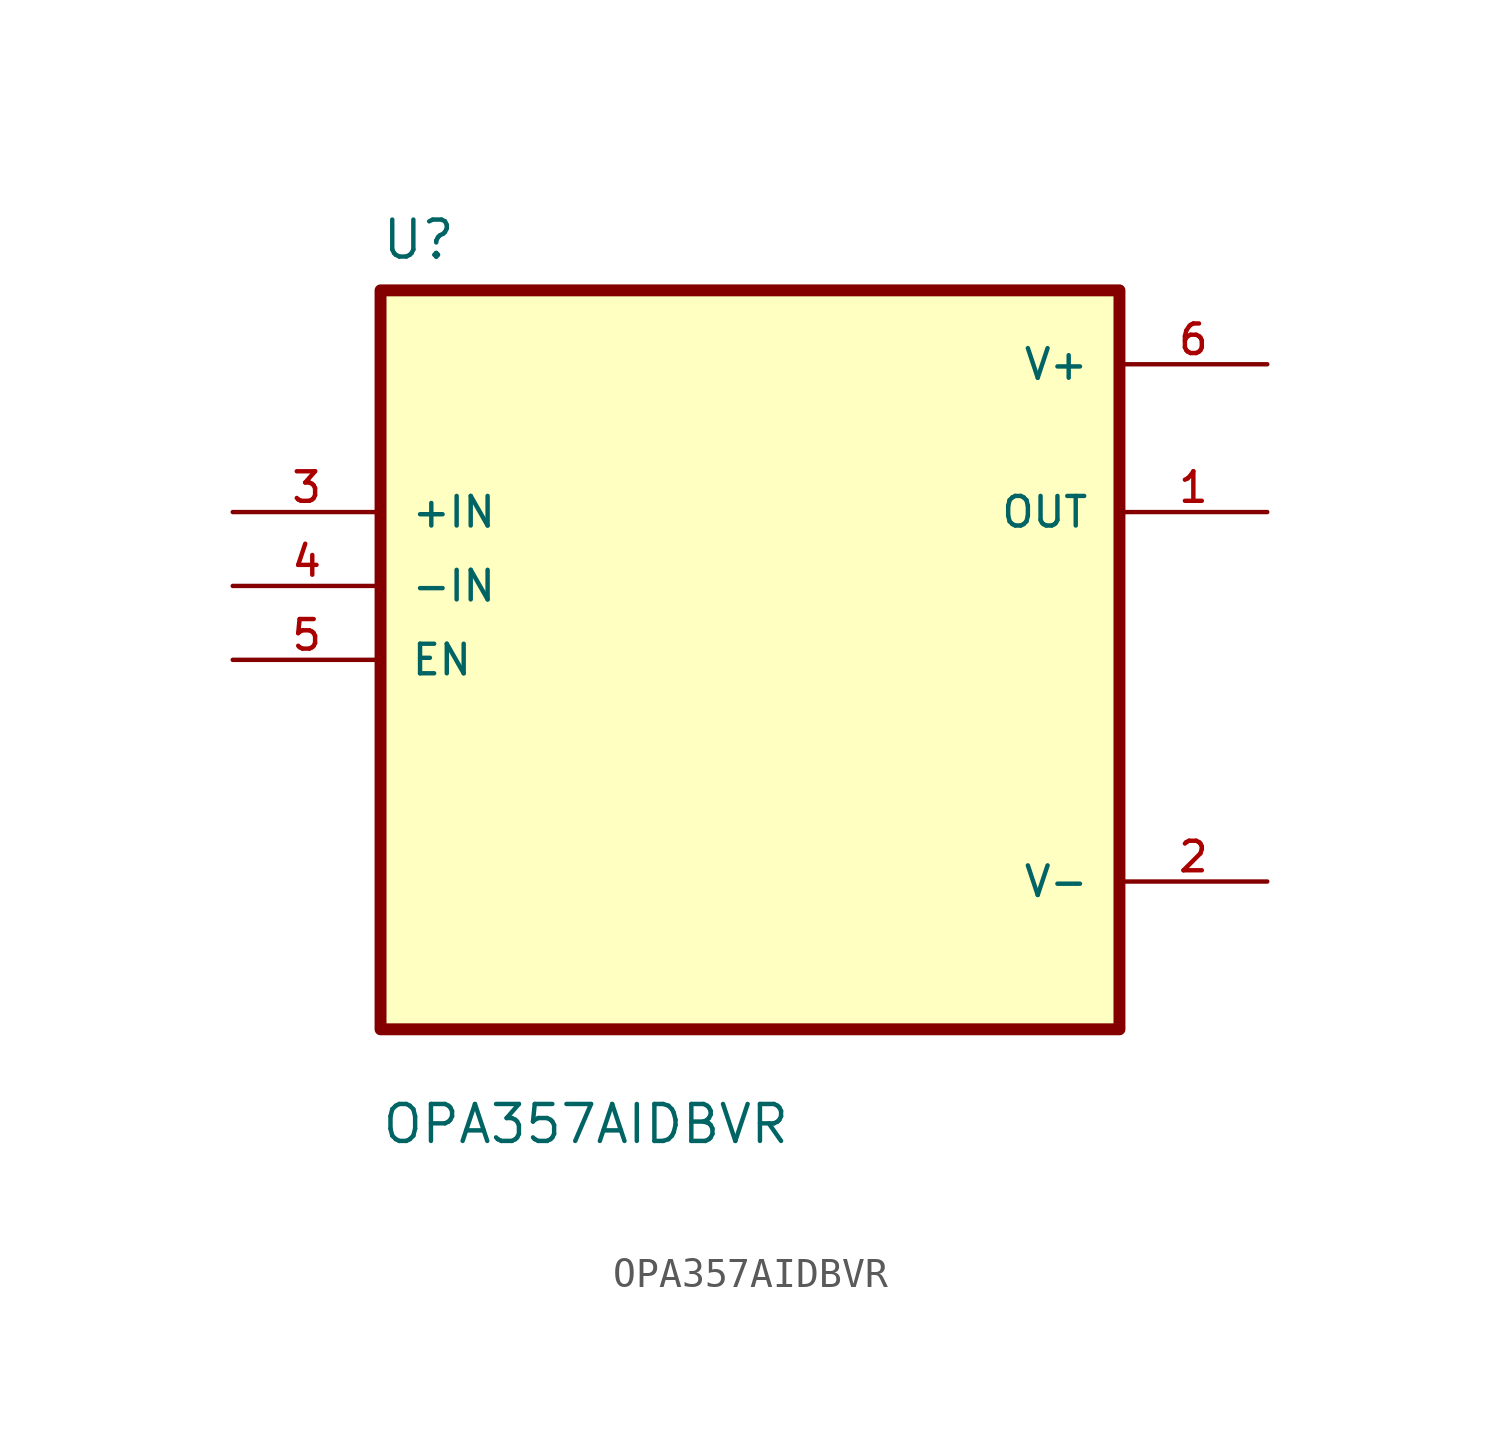
<source format=kicad_sym>
(kicad_symbol_lib
  (version 20211014)
  (generator kicad_symbol_editor)
  (symbol "OPA357AIDBVR"
    (pin_names
      (offset 1.016))
    (property "Reference" "U"
      (at -12.7 13.7 0.0)
      (effects (font (size 1.27 1.27)) (justify bottom left)))
    (property "Value" "OPA357AIDBVR"
      (at -12.7 -16.7 0.0)
      (effects (font (size 1.27 1.27)) (justify bottom left)))
    (symbol "OPA357AIDBVR_0_0"
      (rectangle (start -12.7 -12.7) (end 12.7 12.7) (stroke (width 0.41)) (fill (type background)))
      (pin input line (at -17.78 5.08 0) (length 5.08) (name "+IN" (effects (font (size 1.016 1.016)))) (number "3" (effects (font (size 1.016 1.016)))))
      (pin input line (at -17.78 2.54 0) (length 5.08) (name "-IN" (effects (font (size 1.016 1.016)))) (number "4" (effects (font (size 1.016 1.016)))))
      (pin input line (at -17.78 -8.88178e-16 0) (length 5.08) (name "EN" (effects (font (size 1.016 1.016)))) (number "5" (effects (font (size 1.016 1.016)))))
      (pin power_in line (at 17.78 10.16 180.0) (length 5.08) (name "V+" (effects (font (size 1.016 1.016)))) (number "6" (effects (font (size 1.016 1.016)))))
      (pin output line (at 17.78 5.08 180.0) (length 5.08) (name "OUT" (effects (font (size 1.016 1.016)))) (number "1" (effects (font (size 1.016 1.016)))))
      (pin power_in line (at 17.78 -7.62 180.0) (length 5.08) (name "V-" (effects (font (size 1.016 1.016)))) (number "2" (effects (font (size 1.016 1.016))))))))
</source>
